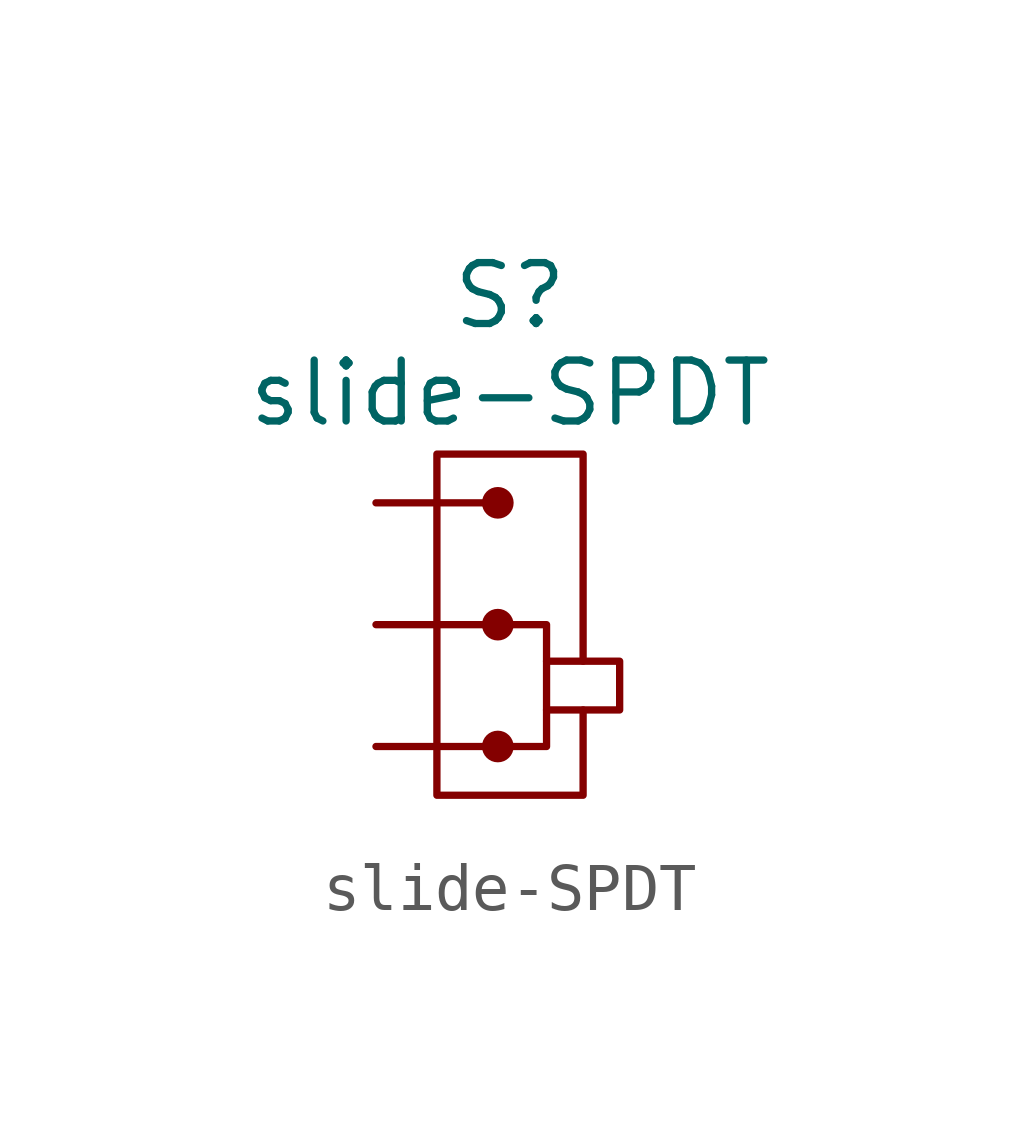
<source format=kicad_sym>
(kicad_symbol_lib
  (version 20211014)
  (generator kicad_symbol_editor)
  (symbol "slide-SPDT"
    (pin_numbers hide)
    (pin_names
      (offset 1.016))
    (property "Reference" "S"
      (at 2.794 6.858 0)
      (effects (font (size 1.27 1.27))))
    (property "Value" "slide-SPDT"
      (at 2.794 4.826 0)
      (effects (font (size 1.27 1.27))))
    (symbol "slide-SPDT_0_1"
      (polyline (pts (xy 2.54 -2.54) (xy 3.556 -2.54) (xy 3.556 0) (xy 2.54 0)) (stroke (width 0) (type default) (color 0 0 0 0)) (fill (type none)))
      (polyline (pts (xy 3.556 -0.762) (xy 5.08 -0.762) (xy 5.08 -1.778) (xy 3.556 -1.778)) (stroke (width 0) (type default) (color 0 0 0 0)) (fill (type none)))
      (polyline (pts (xy 4.318 -1.778) (xy 4.318 -3.556) (xy 1.27 -3.556) (xy 1.27 3.556) (xy 4.318 3.556) (xy 4.318 -0.762)) (stroke (width 0) (type default) (color 0 0 0 0)) (fill (type none)))
      (circle (center 2.54 -2.54) (radius 0.254) (stroke (width 0) (type default) (color 0 0 0 0)) (fill (type outline)))
      (circle (center 2.54 0) (radius 0.254) (stroke (width 0) (type default) (color 0 0 0 0)) (fill (type outline)))
      (circle (center 2.54 2.54) (radius 0.254) (stroke (width 0) (type default) (color 0 0 0 0)) (fill (type outline))))
    (symbol "slide-SPDT_1_1"
      (pin passive line (at 0 2.54 0) (length 2.54) (name "~" (effects (font (size 1.27 1.27)))) (number "A" (effects (font (size 0.762 0.762)))))
      (pin passive line (at 0 -2.54 0) (length 2.54) (name "~" (effects (font (size 1.27 1.27)))) (number "B" (effects (font (size 0.762 0.762)))))
      (pin passive line (at 0 0 0) (length 2.54) (name "~" (effects (font (size 1.27 1.27)))) (number "COM" (effects (font (size 0.762 0.762))))))))
</source>
